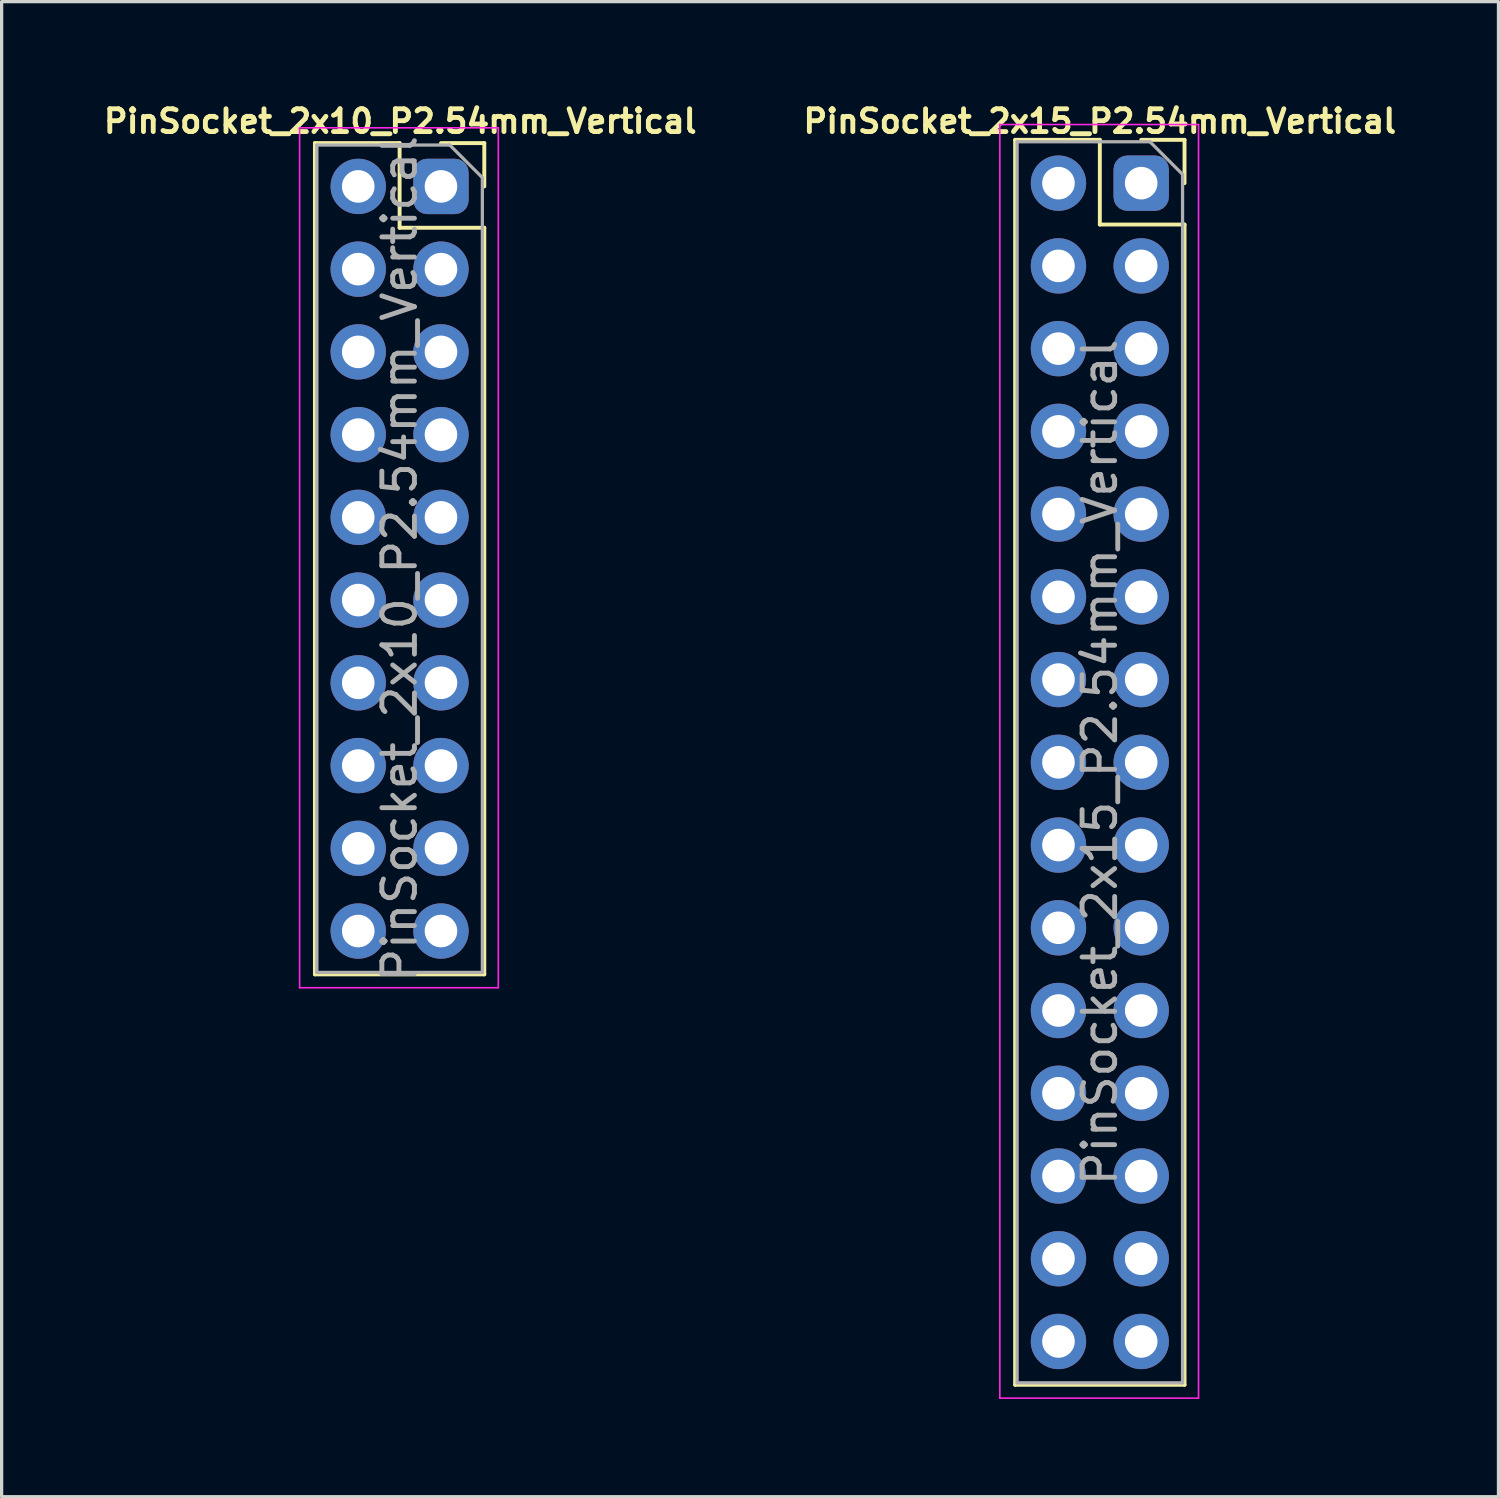
<source format=kicad_pcb>
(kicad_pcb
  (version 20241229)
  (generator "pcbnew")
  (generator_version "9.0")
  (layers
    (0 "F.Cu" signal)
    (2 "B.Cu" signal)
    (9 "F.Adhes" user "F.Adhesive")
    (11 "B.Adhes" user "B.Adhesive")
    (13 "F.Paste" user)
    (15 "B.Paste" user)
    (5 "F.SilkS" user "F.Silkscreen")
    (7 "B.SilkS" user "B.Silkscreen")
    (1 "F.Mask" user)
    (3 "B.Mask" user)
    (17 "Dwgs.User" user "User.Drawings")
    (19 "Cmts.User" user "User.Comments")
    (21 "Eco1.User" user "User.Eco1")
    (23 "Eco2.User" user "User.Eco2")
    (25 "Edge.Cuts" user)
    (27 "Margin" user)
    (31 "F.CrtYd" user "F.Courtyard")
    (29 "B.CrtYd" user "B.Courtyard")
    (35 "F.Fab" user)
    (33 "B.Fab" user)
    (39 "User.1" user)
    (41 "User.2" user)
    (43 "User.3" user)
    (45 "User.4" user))
  (footprint "PinSocket_2x10_P2.54mm_Vertical"
    (layer "F.Cu")
    (at 10.488 2.673)
    (property "Reference" "PinSocket_2x10_P2.54mm_Vertical" (at -1.25 -2 0) (layer "F.SilkS") (effects (font (size 0.7 0.7) (thickness 0.15))))
    (attr through_hole)
    (fp_line (start -3.87 -1.33) (end -3.87 24.19) (stroke (width 0.12) (type solid)) (layer "F.SilkS"))
    (fp_line (start -3.87 -1.33) (end -1.27 -1.33) (stroke (width 0.12) (type solid)) (layer "F.SilkS"))
    (fp_line (start -3.87 24.19) (end 1.33 24.19) (stroke (width 0.12) (type solid)) (layer "F.SilkS"))
    (fp_line (start -1.27 -1.33) (end -1.27 1.27) (stroke (width 0.12) (type solid)) (layer "F.SilkS"))
    (fp_line (start -1.27 1.27) (end 1.33 1.27) (stroke (width 0.12) (type solid)) (layer "F.SilkS"))
    (fp_line (start 0 -1.33) (end 1.33 -1.33) (stroke (width 0.12) (type solid)) (layer "F.SilkS"))
    (fp_line (start 1.33 -1.33) (end 1.33 0) (stroke (width 0.12) (type solid)) (layer "F.SilkS"))
    (fp_line (start 1.33 1.27) (end 1.33 24.19) (stroke (width 0.12) (type solid)) (layer "F.SilkS"))
    (fp_line (start -4.34 -1.8) (end 1.76 -1.8) (stroke (width 0.05) (type solid)) (layer "F.CrtYd"))
    (fp_line (start -4.34 24.6) (end -4.34 -1.8) (stroke (width 0.05) (type solid)) (layer "F.CrtYd"))
    (fp_line (start 1.76 -1.8) (end 1.76 24.6) (stroke (width 0.05) (type solid)) (layer "F.CrtYd"))
    (fp_line (start 1.76 24.6) (end -4.34 24.6) (stroke (width 0.05) (type solid)) (layer "F.CrtYd"))
    (fp_line (start -3.81 -1.27) (end 0.27 -1.27) (stroke (width 0.1) (type solid)) (layer "F.Fab"))
    (fp_line (start -3.81 24.13) (end -3.81 -1.27) (stroke (width 0.1) (type solid)) (layer "F.Fab"))
    (fp_line (start 0.27 -1.27) (end 1.27 -0.27) (stroke (width 0.1) (type solid)) (layer "F.Fab"))
    (fp_line (start 1.27 -0.27) (end 1.27 24.13) (stroke (width 0.1) (type solid)) (layer "F.Fab"))
    (fp_line (start 1.27 24.13) (end -3.81 24.13) (stroke (width 0.1) (type solid)) (layer "F.Fab"))
    (fp_text user "${REFERENCE}" (at -1.27 11.43 90) (layer "F.Fab") (effects (font (size 1 1) (thickness 0.15))))
    (pad "1" thru_hole roundrect (at 0 0) (size 1.7 1.7) (drill 1) (layers "*.Cu" "*.Mask") (roundrect_rratio 0.25))
    (pad "2" thru_hole oval (at -2.54 0) (size 1.7 1.7) (drill 1) (layers "*.Cu" "*.Mask"))
    (pad "3" thru_hole oval (at 0 2.54) (size 1.7 1.7) (drill 1) (layers "*.Cu" "*.Mask"))
    (pad "4" thru_hole oval (at -2.54 2.54) (size 1.7 1.7) (drill 1) (layers "*.Cu" "*.Mask"))
    (pad "5" thru_hole oval (at 0 5.08) (size 1.7 1.7) (drill 1) (layers "*.Cu" "*.Mask"))
    (pad "6" thru_hole oval (at -2.54 5.08) (size 1.7 1.7) (drill 1) (layers "*.Cu" "*.Mask"))
    (pad "7" thru_hole oval (at 0 7.62) (size 1.7 1.7) (drill 1) (layers "*.Cu" "*.Mask"))
    (pad "8" thru_hole oval (at -2.54 7.62) (size 1.7 1.7) (drill 1) (layers "*.Cu" "*.Mask"))
    (pad "9" thru_hole oval (at 0 10.16) (size 1.7 1.7) (drill 1) (layers "*.Cu" "*.Mask"))
    (pad "10" thru_hole oval (at -2.54 10.16) (size 1.7 1.7) (drill 1) (layers "*.Cu" "*.Mask"))
    (pad "11" thru_hole oval (at 0 12.7) (size 1.7 1.7) (drill 1) (layers "*.Cu" "*.Mask"))
    (pad "12" thru_hole oval (at -2.54 12.7) (size 1.7 1.7) (drill 1) (layers "*.Cu" "*.Mask"))
    (pad "13" thru_hole oval (at 0 15.24) (size 1.7 1.7) (drill 1) (layers "*.Cu" "*.Mask"))
    (pad "14" thru_hole oval (at -2.54 15.24) (size 1.7 1.7) (drill 1) (layers "*.Cu" "*.Mask"))
    (pad "15" thru_hole oval (at 0 17.78) (size 1.7 1.7) (drill 1) (layers "*.Cu" "*.Mask"))
    (pad "16" thru_hole oval (at -2.54 17.78) (size 1.7 1.7) (drill 1) (layers "*.Cu" "*.Mask"))
    (pad "17" thru_hole oval (at 0 20.32) (size 1.7 1.7) (drill 1) (layers "*.Cu" "*.Mask"))
    (pad "18" thru_hole oval (at -2.54 20.32) (size 1.7 1.7) (drill 1) (layers "*.Cu" "*.Mask"))
    (pad "19" thru_hole oval (at 0 22.86) (size 1.7 1.7) (drill 1) (layers "*.Cu" "*.Mask"))
    (pad "20" thru_hole oval (at -2.54 22.86) (size 1.7 1.7) (drill 1) (layers "*.Cu" "*.Mask")))
  (footprint "PinSocket_2x15_P2.54mm_Vertical"
    (layer "F.Cu")
    (at 31.985 2.573)
    (property "Reference" "PinSocket_2x15_P2.54mm_Vertical" (at -1.27 -1.9 0) (layer "F.SilkS") (effects (font (size 0.7 0.7) (thickness 0.15))))
    (attr through_hole)
    (fp_line (start -3.87 -1.33) (end -3.87 36.89) (stroke (width 0.12) (type solid)) (layer "F.SilkS"))
    (fp_line (start -3.87 -1.33) (end -1.27 -1.33) (stroke (width 0.12) (type solid)) (layer "F.SilkS"))
    (fp_line (start -3.87 36.89) (end 1.33 36.89) (stroke (width 0.12) (type solid)) (layer "F.SilkS"))
    (fp_line (start -1.27 -1.33) (end -1.27 1.27) (stroke (width 0.12) (type solid)) (layer "F.SilkS"))
    (fp_line (start -1.27 1.27) (end 1.33 1.27) (stroke (width 0.12) (type solid)) (layer "F.SilkS"))
    (fp_line (start 0 -1.33) (end 1.33 -1.33) (stroke (width 0.12) (type solid)) (layer "F.SilkS"))
    (fp_line (start 1.33 -1.33) (end 1.33 0) (stroke (width 0.12) (type solid)) (layer "F.SilkS"))
    (fp_line (start 1.33 1.27) (end 1.33 36.89) (stroke (width 0.12) (type solid)) (layer "F.SilkS"))
    (fp_line (start -4.34 -1.8) (end 1.76 -1.8) (stroke (width 0.05) (type solid)) (layer "F.CrtYd"))
    (fp_line (start -4.34 37.3) (end -4.34 -1.8) (stroke (width 0.05) (type solid)) (layer "F.CrtYd"))
    (fp_line (start 1.76 -1.8) (end 1.76 37.3) (stroke (width 0.05) (type solid)) (layer "F.CrtYd"))
    (fp_line (start 1.76 37.3) (end -4.34 37.3) (stroke (width 0.05) (type solid)) (layer "F.CrtYd"))
    (fp_line (start -3.81 -1.27) (end 0.27 -1.27) (stroke (width 0.1) (type solid)) (layer "F.Fab"))
    (fp_line (start -3.81 36.83) (end -3.81 -1.27) (stroke (width 0.1) (type solid)) (layer "F.Fab"))
    (fp_line (start 0.27 -1.27) (end 1.27 -0.27) (stroke (width 0.1) (type solid)) (layer "F.Fab"))
    (fp_line (start 1.27 -0.27) (end 1.27 36.83) (stroke (width 0.1) (type solid)) (layer "F.Fab"))
    (fp_line (start 1.27 36.83) (end -3.81 36.83) (stroke (width 0.1) (type solid)) (layer "F.Fab"))
    (fp_text user "${REFERENCE}" (at -1.27 17.78 90) (layer "F.Fab") (effects (font (size 1 1) (thickness 0.15))))
    (pad "1" thru_hole roundrect (at 0 0) (size 1.7 1.7) (drill 1) (layers "*.Cu" "*.Mask") (roundrect_rratio 0.25))
    (pad "2" thru_hole oval (at -2.54 0) (size 1.7 1.7) (drill 1) (layers "*.Cu" "*.Mask"))
    (pad "3" thru_hole oval (at 0 2.54) (size 1.7 1.7) (drill 1) (layers "*.Cu" "*.Mask"))
    (pad "4" thru_hole oval (at -2.54 2.54) (size 1.7 1.7) (drill 1) (layers "*.Cu" "*.Mask"))
    (pad "5" thru_hole oval (at 0 5.08) (size 1.7 1.7) (drill 1) (layers "*.Cu" "*.Mask"))
    (pad "6" thru_hole oval (at -2.54 5.08) (size 1.7 1.7) (drill 1) (layers "*.Cu" "*.Mask"))
    (pad "7" thru_hole oval (at 0 7.62) (size 1.7 1.7) (drill 1) (layers "*.Cu" "*.Mask"))
    (pad "8" thru_hole oval (at -2.54 7.62) (size 1.7 1.7) (drill 1) (layers "*.Cu" "*.Mask"))
    (pad "9" thru_hole oval (at 0 10.16) (size 1.7 1.7) (drill 1) (layers "*.Cu" "*.Mask"))
    (pad "10" thru_hole oval (at -2.54 10.16) (size 1.7 1.7) (drill 1) (layers "*.Cu" "*.Mask"))
    (pad "11" thru_hole oval (at 0 12.7) (size 1.7 1.7) (drill 1) (layers "*.Cu" "*.Mask"))
    (pad "12" thru_hole oval (at -2.54 12.7) (size 1.7 1.7) (drill 1) (layers "*.Cu" "*.Mask"))
    (pad "13" thru_hole oval (at 0 15.24) (size 1.7 1.7) (drill 1) (layers "*.Cu" "*.Mask"))
    (pad "14" thru_hole oval (at -2.54 15.24) (size 1.7 1.7) (drill 1) (layers "*.Cu" "*.Mask"))
    (pad "15" thru_hole oval (at 0 17.78) (size 1.7 1.7) (drill 1) (layers "*.Cu" "*.Mask"))
    (pad "16" thru_hole oval (at -2.54 17.78) (size 1.7 1.7) (drill 1) (layers "*.Cu" "*.Mask"))
    (pad "17" thru_hole oval (at 0 20.32) (size 1.7 1.7) (drill 1) (layers "*.Cu" "*.Mask"))
    (pad "18" thru_hole oval (at -2.54 20.32) (size 1.7 1.7) (drill 1) (layers "*.Cu" "*.Mask"))
    (pad "19" thru_hole oval (at 0 22.86) (size 1.7 1.7) (drill 1) (layers "*.Cu" "*.Mask"))
    (pad "20" thru_hole oval (at -2.54 22.86) (size 1.7 1.7) (drill 1) (layers "*.Cu" "*.Mask"))
    (pad "21" thru_hole oval (at 0 25.4) (size 1.7 1.7) (drill 1) (layers "*.Cu" "*.Mask"))
    (pad "22" thru_hole oval (at -2.54 25.4) (size 1.7 1.7) (drill 1) (layers "*.Cu" "*.Mask"))
    (pad "23" thru_hole oval (at 0 27.94) (size 1.7 1.7) (drill 1) (layers "*.Cu" "*.Mask"))
    (pad "24" thru_hole oval (at -2.54 27.94) (size 1.7 1.7) (drill 1) (layers "*.Cu" "*.Mask"))
    (pad "25" thru_hole oval (at 0 30.48) (size 1.7 1.7) (drill 1) (layers "*.Cu" "*.Mask"))
    (pad "26" thru_hole oval (at -2.54 30.48) (size 1.7 1.7) (drill 1) (layers "*.Cu" "*.Mask"))
    (pad "27" thru_hole oval (at 0 33.02) (size 1.7 1.7) (drill 1) (layers "*.Cu" "*.Mask"))
    (pad "28" thru_hole oval (at -2.54 33.02) (size 1.7 1.7) (drill 1) (layers "*.Cu" "*.Mask"))
    (pad "29" thru_hole oval (at 0 35.56) (size 1.7 1.7) (drill 1) (layers "*.Cu" "*.Mask"))
    (pad "30" thru_hole oval (at -2.54 35.56) (size 1.7 1.7) (drill 1) (layers "*.Cu" "*.Mask")))
  (gr_rect
    (start -3 -3)
    (end 42.953 42.898)
    (stroke (width 0.1) (type default))
    (fill no)
    (layer "Edge.Cuts")))
</source>
